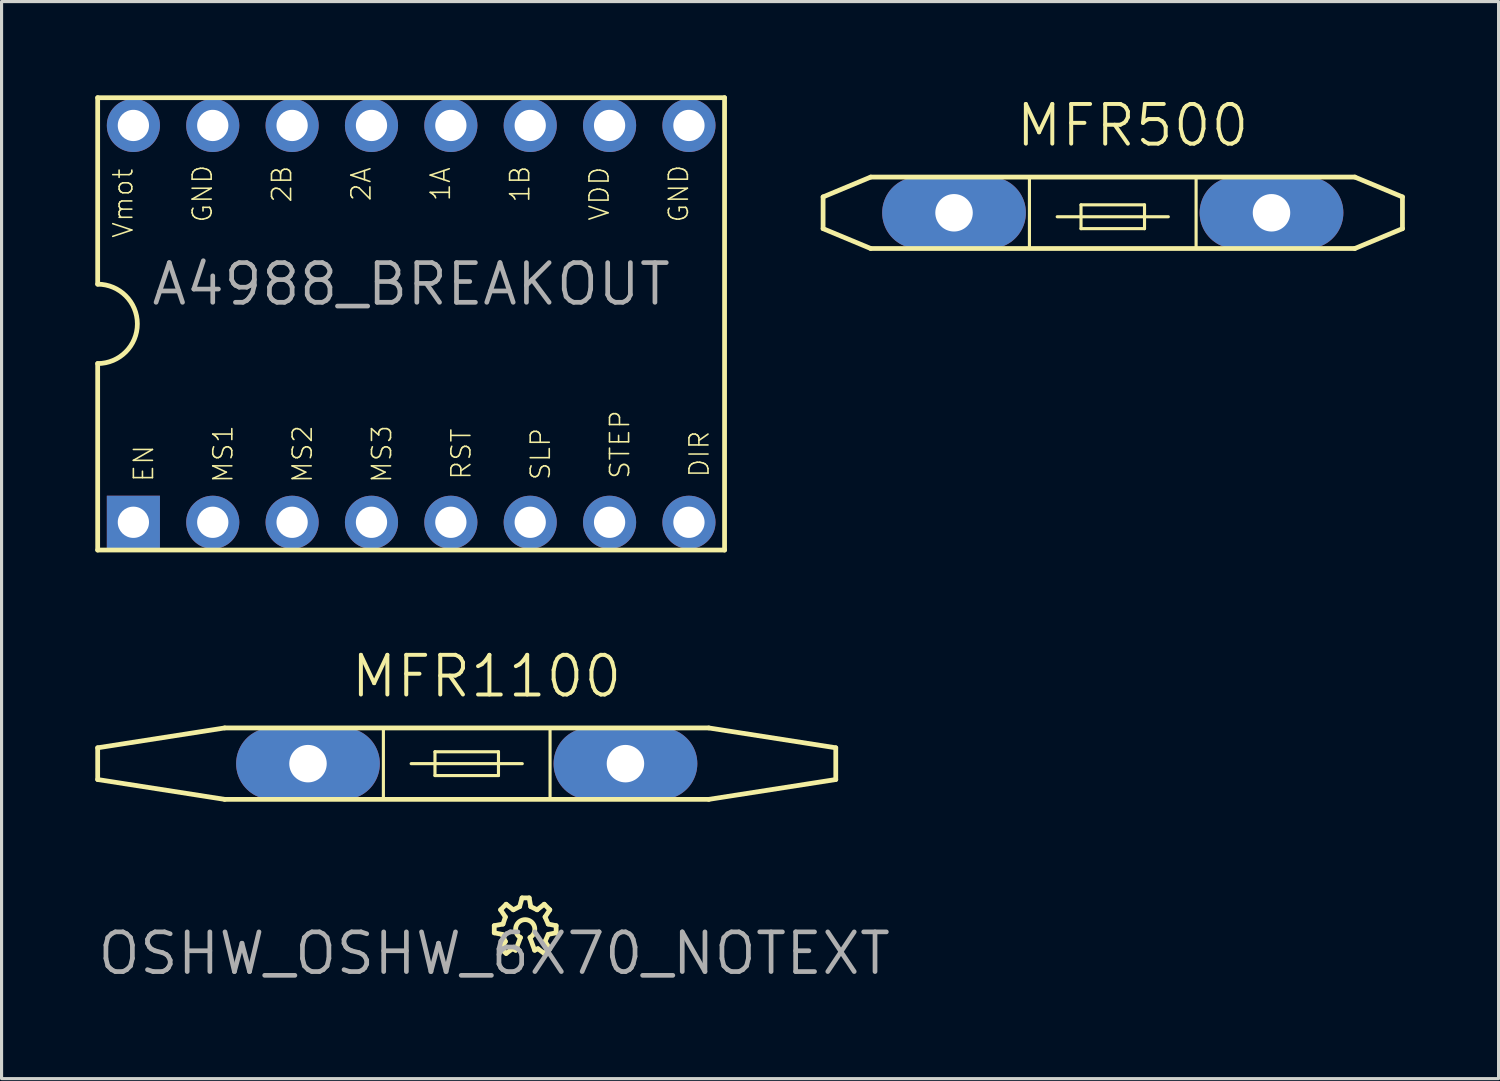
<source format=kicad_pcb>
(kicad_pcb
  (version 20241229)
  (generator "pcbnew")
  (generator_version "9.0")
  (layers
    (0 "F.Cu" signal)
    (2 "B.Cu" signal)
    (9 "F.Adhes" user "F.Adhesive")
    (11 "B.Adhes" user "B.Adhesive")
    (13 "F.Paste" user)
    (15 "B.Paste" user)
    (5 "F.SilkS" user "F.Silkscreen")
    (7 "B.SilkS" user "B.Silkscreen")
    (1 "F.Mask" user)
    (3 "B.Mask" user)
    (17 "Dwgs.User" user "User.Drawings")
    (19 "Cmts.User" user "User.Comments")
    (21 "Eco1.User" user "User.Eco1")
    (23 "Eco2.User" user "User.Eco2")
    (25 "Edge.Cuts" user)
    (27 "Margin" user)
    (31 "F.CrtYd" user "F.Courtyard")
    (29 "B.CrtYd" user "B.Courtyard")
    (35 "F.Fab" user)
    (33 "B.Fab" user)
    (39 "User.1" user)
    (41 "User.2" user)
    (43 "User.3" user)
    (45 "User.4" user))
  (footprint "MFR500"
    (layer "F.Cu")
    (at 32.563 3.76)
    (property "Reference" "MFR500" (at 0.635 -2.794 0) (layer "F.SilkS") (effects (font (size 1.27 1.27) (thickness 0.127))))
    (attr exclude_from_pos_files exclude_from_bom)
    (fp_line (start -9.271 -0.508) (end -9.271 0.508) (stroke (width 0.152) (type solid)) (layer "F.SilkS"))
    (fp_line (start -9.271 0.508) (end -7.747 1.143) (stroke (width 0.152) (type solid)) (layer "F.SilkS"))
    (fp_line (start -7.747 -1.143) (end -9.271 -0.508) (stroke (width 0.152) (type solid)) (layer "F.SilkS"))
    (fp_line (start -2.667 -1.143) (end -2.667 1.143) (stroke (width 0.1) (type solid)) (layer "F.SilkS"))
    (fp_line (start -1.778 0.127) (end 1.778 0.127) (stroke (width 0.1) (type solid)) (layer "F.SilkS"))
    (fp_line (start -1.016 -0.254) (end -1.016 0.508) (stroke (width 0.1) (type solid)) (layer "F.SilkS"))
    (fp_line (start -1.016 -0.254) (end 1.016 -0.254) (stroke (width 0.1) (type solid)) (layer "F.SilkS"))
    (fp_line (start -1.016 0.508) (end 1.016 0.508) (stroke (width 0.1) (type solid)) (layer "F.SilkS"))
    (fp_line (start 1.016 -0.254) (end 1.016 0.508) (stroke (width 0.1) (type solid)) (layer "F.SilkS"))
    (fp_line (start 2.667 -1.143) (end 2.667 1.143) (stroke (width 0.1) (type solid)) (layer "F.SilkS"))
    (fp_line (start 7.747 -1.143) (end -7.747 -1.143) (stroke (width 0.152) (type solid)) (layer "F.SilkS"))
    (fp_line (start 7.747 -1.143) (end 9.271 -0.508) (stroke (width 0.152) (type solid)) (layer "F.SilkS"))
    (fp_line (start 7.747 1.143) (end -7.747 1.143) (stroke (width 0.152) (type solid)) (layer "F.SilkS"))
    (fp_line (start 7.747 1.143) (end 9.271 0.508) (stroke (width 0.152) (type solid)) (layer "F.SilkS"))
    (fp_line (start 9.271 -0.508) (end 9.271 0.508) (stroke (width 0.152) (type solid)) (layer "F.SilkS"))
    (pad "1" thru_hole oval (at -5.08 0 270) (size 2.299 4.6) (drill 1.199) (layers "*.Cu" "*.Mask"))
    (pad "2" thru_hole oval (at 5.08 0 270) (size 2.299 4.6) (drill 1.199) (layers "*.Cu" "*.Mask")))
  (footprint "OSHW_OSHW_6X70_NOTEXT"
    (layer "F.Cu")
    (at 12.768 27.464)
    (property "Reference" "OSHW_OSHW_6X70_NOTEXT" (at 0 0 0) (layer "F.Fab") (effects (font (size 1.27 1.27) (thickness 0.15))))
    (attr exclude_from_pos_files exclude_from_bom)
    (fp_line (start 0 -0.889) (end 0.279 -0.94) (stroke (width 0.152) (type solid)) (layer "F.SilkS"))
    (fp_line (start 0 -0.66) (end 0 -0.889) (stroke (width 0.152) (type solid)) (layer "F.SilkS"))
    (fp_line (start 0.203 -1.397) (end 0.381 -1.575) (stroke (width 0.152) (type solid)) (layer "F.SilkS"))
    (fp_line (start 0.203 -0.152) (end 0.356 -0.381) (stroke (width 0.152) (type solid)) (layer "F.SilkS"))
    (fp_line (start 0.254 -0.61) (end 0 -0.66) (stroke (width 0.152) (type solid)) (layer "F.SilkS"))
    (fp_line (start 0.279 -0.94) (end 0.356 -1.168) (stroke (width 0.152) (type solid)) (layer "F.SilkS"))
    (fp_line (start 0.356 -1.168) (end 0.203 -1.397) (stroke (width 0.152) (type solid)) (layer "F.SilkS"))
    (fp_line (start 0.356 -0.381) (end 0.254 -0.61) (stroke (width 0.152) (type solid)) (layer "F.SilkS"))
    (fp_line (start 0.381 -1.575) (end 0.61 -1.397) (stroke (width 0.152) (type solid)) (layer "F.SilkS"))
    (fp_line (start 0.381 0) (end 0.203 -0.152) (stroke (width 0.152) (type solid)) (layer "F.SilkS"))
    (fp_line (start 0.584 -0.152) (end 0.381 0) (stroke (width 0.152) (type solid)) (layer "F.SilkS"))
    (fp_line (start 0.61 -1.397) (end 0.813 -1.499) (stroke (width 0.152) (type solid)) (layer "F.SilkS"))
    (fp_line (start 0.686 -0.102) (end 0.584 -0.152) (stroke (width 0.152) (type solid)) (layer "F.SilkS"))
    (fp_line (start 0.813 -1.499) (end 0.889 -1.778) (stroke (width 0.152) (type solid)) (layer "F.SilkS"))
    (fp_line (start 0.838 -0.508) (end 0.686 -0.102) (stroke (width 0.152) (type solid)) (layer "F.SilkS"))
    (fp_line (start 0.889 -1.778) (end 1.118 -1.778) (stroke (width 0.152) (type solid)) (layer "F.SilkS"))
    (fp_line (start 1.118 -1.778) (end 1.168 -1.499) (stroke (width 0.152) (type solid)) (layer "F.SilkS"))
    (fp_line (start 1.168 -1.499) (end 1.372 -1.397) (stroke (width 0.152) (type solid)) (layer "F.SilkS"))
    (fp_line (start 1.293 -0.102) (end 1.143 -0.508) (stroke (width 0.152) (type solid)) (layer "F.SilkS"))
    (fp_line (start 1.372 -1.397) (end 1.6 -1.575) (stroke (width 0.152) (type solid)) (layer "F.SilkS"))
    (fp_line (start 1.397 -0.152) (end 1.293 -0.102) (stroke (width 0.152) (type solid)) (layer "F.SilkS"))
    (fp_line (start 1.6 -1.575) (end 1.778 -1.397) (stroke (width 0.152) (type solid)) (layer "F.SilkS"))
    (fp_line (start 1.6 0) (end 1.397 -0.152) (stroke (width 0.152) (type solid)) (layer "F.SilkS"))
    (fp_line (start 1.626 -1.168) (end 1.727 -0.94) (stroke (width 0.152) (type solid)) (layer "F.SilkS"))
    (fp_line (start 1.626 -0.381) (end 1.778 -0.152) (stroke (width 0.152) (type solid)) (layer "F.SilkS"))
    (fp_line (start 1.727 -0.94) (end 1.981 -0.889) (stroke (width 0.152) (type solid)) (layer "F.SilkS"))
    (fp_line (start 1.727 -0.61) (end 1.626 -0.381) (stroke (width 0.152) (type solid)) (layer "F.SilkS"))
    (fp_line (start 1.778 -1.397) (end 1.626 -1.168) (stroke (width 0.152) (type solid)) (layer "F.SilkS"))
    (fp_line (start 1.778 -0.152) (end 1.6 0) (stroke (width 0.152) (type solid)) (layer "F.SilkS"))
    (fp_line (start 1.981 -0.889) (end 1.981 -0.66) (stroke (width 0.152) (type solid)) (layer "F.SilkS"))
    (fp_line (start 1.981 -0.66) (end 1.727 -0.61) (stroke (width 0.152) (type solid)) (layer "F.SilkS"))
    (fp_arc (start 0.8382 -0.508) (mid 0.990572 -1.081872) (end 1.143048 -0.508027) (stroke (width 0.1524) (type solid)) (layer "F.SilkS")))
  (footprint "MFR1100"
    (layer "F.Cu")
    (at 11.887 21.39)
    (property "Reference" "MFR1100" (at 0.635 -2.794 0) (layer "F.SilkS") (effects (font (size 1.27 1.27) (thickness 0.127))))
    (attr exclude_from_pos_files exclude_from_bom)
    (fp_line (start -11.811 -0.508) (end -11.811 0.508) (stroke (width 0.152) (type solid)) (layer "F.SilkS"))
    (fp_line (start -11.811 0.508) (end -7.747 1.143) (stroke (width 0.152) (type solid)) (layer "F.SilkS"))
    (fp_line (start -7.747 -1.143) (end -11.811 -0.508) (stroke (width 0.152) (type solid)) (layer "F.SilkS"))
    (fp_line (start -2.667 -1.143) (end -2.667 1.143) (stroke (width 0.1) (type solid)) (layer "F.SilkS"))
    (fp_line (start -1.778 0) (end 1.778 0) (stroke (width 0.1) (type solid)) (layer "F.SilkS"))
    (fp_line (start -1.016 -0.381) (end -1.016 0.381) (stroke (width 0.1) (type solid)) (layer "F.SilkS"))
    (fp_line (start -1.016 -0.381) (end 1.016 -0.381) (stroke (width 0.1) (type solid)) (layer "F.SilkS"))
    (fp_line (start -1.016 0.381) (end 1.016 0.381) (stroke (width 0.1) (type solid)) (layer "F.SilkS"))
    (fp_line (start 1.016 -0.381) (end 1.016 0.381) (stroke (width 0.1) (type solid)) (layer "F.SilkS"))
    (fp_line (start 2.667 -1.143) (end 2.667 1.143) (stroke (width 0.1) (type solid)) (layer "F.SilkS"))
    (fp_line (start 7.747 -1.143) (end -7.747 -1.143) (stroke (width 0.152) (type solid)) (layer "F.SilkS"))
    (fp_line (start 7.747 -1.143) (end 11.811 -0.508) (stroke (width 0.152) (type solid)) (layer "F.SilkS"))
    (fp_line (start 7.747 1.143) (end -7.747 1.143) (stroke (width 0.152) (type solid)) (layer "F.SilkS"))
    (fp_line (start 7.747 1.143) (end 11.811 0.508) (stroke (width 0.152) (type solid)) (layer "F.SilkS"))
    (fp_line (start 11.811 -0.508) (end 11.811 0.508) (stroke (width 0.152) (type solid)) (layer "F.SilkS"))
    (pad "1" thru_hole oval (at -5.08 0 270) (size 2.299 4.6) (drill 1.199) (layers "*.Cu" "*.Mask"))
    (pad "2" thru_hole oval (at 5.08 0 270) (size 2.299 4.6) (drill 1.199) (layers "*.Cu" "*.Mask")))
  (footprint "A4988_BREAKOUT"
    (layer "F.Cu")
    (at 2.489 2.235)
    (property "Reference" "A4988_BREAKOUT" (at 7.62 3.81 0) (layer "F.Fab") (effects (font (size 1.27 1.27) (thickness 0.15))))
    (attr through_hole)
    (fp_line (start -2.413 -2.159) (end -2.413 3.81) (stroke (width 0.152) (type solid)) (layer "F.SilkS"))
    (fp_line (start -2.413 -2.159) (end 17.65 -2.159) (stroke (width 0.152) (type solid)) (layer "F.SilkS"))
    (fp_line (start -2.413 6.35) (end -2.413 12.319) (stroke (width 0.152) (type solid)) (layer "F.SilkS"))
    (fp_line (start -2.413 12.319) (end 17.65 12.319) (stroke (width 0.152) (type solid)) (layer "F.SilkS"))
    (fp_line (start 17.65 12.319) (end 17.65 -2.159) (stroke (width 0.152) (type solid)) (layer "F.SilkS"))
    (fp_arc (start -2.413 3.81) (mid -1.143 5.08) (end -2.413 6.35) (stroke (width 0.1524) (type solid)) (layer "F.SilkS"))
    (fp_text user "SLP" (at 11.76 9.246 90) (layer "F.SilkS") (effects (font (size 0.61 0.61) (thickness 0.051))))
    (fp_text user "MS2" (at 4.14 9.246 90) (layer "F.SilkS") (effects (font (size 0.61 0.61) (thickness 0.051))))
    (fp_text user "MS3" (at 6.68 9.246 90) (layer "F.SilkS") (effects (font (size 0.61 0.61) (thickness 0.051))))
    (fp_text user "VDD" (at 13.64 0.914 270) (layer "F.SilkS") (effects (font (size 0.61 0.61) (thickness 0.051))))
    (fp_text user "GND" (at 16.18 0.914 270) (layer "F.SilkS") (effects (font (size 0.61 0.61) (thickness 0.051))))
    (fp_text user "MS1" (at 1.6 9.246 90) (layer "F.SilkS") (effects (font (size 0.61 0.61) (thickness 0.051))))
    (fp_text user "1A" (at 8.56 0.61 270) (layer "F.SilkS") (effects (font (size 0.61 0.61) (thickness 0.051))))
    (fp_text user "1B" (at 11.1 0.61 270) (layer "F.SilkS") (effects (font (size 0.61 0.61) (thickness 0.051))))
    (fp_text user "GND" (at 0.94 0.914 270) (layer "F.SilkS") (effects (font (size 0.61 0.61) (thickness 0.051))))
    (fp_text user "DIR" (at 16.84 9.246 90) (layer "F.SilkS") (effects (font (size 0.61 0.61) (thickness 0.051))))
    (fp_text user "2B" (at 3.48 0.61 270) (layer "F.SilkS") (effects (font (size 0.61 0.61) (thickness 0.051))))
    (fp_text user "EN" (at -0.94 9.55 90) (layer "F.SilkS") (effects (font (size 0.61 0.61) (thickness 0.051))))
    (fp_text user "RST" (at 9.22 9.246 90) (layer "F.SilkS") (effects (font (size 0.61 0.61) (thickness 0.051))))
    (fp_text user "Vmot" (at -1.6 1.219 270) (layer "F.SilkS") (effects (font (size 0.61 0.61) (thickness 0.051))))
    (fp_text user "2A" (at 6.02 0.61 270) (layer "F.SilkS") (effects (font (size 0.61 0.61) (thickness 0.051))))
    (fp_text user "STEP" (at 14.298 8.941 90) (layer "F.SilkS") (effects (font (size 0.61 0.61) (thickness 0.051))))
    (pad "1A" thru_hole circle (at 8.89 -1.27) (size 1.7 1.7) (drill 1) (layers "*.Cu" "*.Mask"))
    (pad "1B" thru_hole circle (at 11.43 -1.27) (size 1.7 1.7) (drill 1) (layers "*.Cu" "*.Mask"))
    (pad "2A" thru_hole circle (at 6.35 -1.27) (size 1.7 1.7) (drill 1) (layers "*.Cu" "*.Mask"))
    (pad "2B" thru_hole circle (at 3.81 -1.27) (size 1.7 1.7) (drill 1) (layers "*.Cu" "*.Mask"))
    (pad "DIR" thru_hole circle (at 16.51 11.43) (size 1.7 1.7) (drill 1) (layers "*.Cu" "*.Mask"))
    (pad "EN" thru_hole rect (at -1.27 11.43) (size 1.7 1.7) (drill 1) (layers "*.Cu" "*.Mask"))
    (pad "GND" thru_hole circle (at 16.51 -1.27) (size 1.7 1.7) (drill 1) (layers "*.Cu" "*.Mask"))
    (pad "GND@0" thru_hole circle (at 1.27 -1.27) (size 1.7 1.7) (drill 1) (layers "*.Cu" "*.Mask"))
    (pad "MS1" thru_hole circle (at 1.27 11.43) (size 1.7 1.7) (drill 1) (layers "*.Cu" "*.Mask"))
    (pad "MS2" thru_hole circle (at 3.81 11.43) (size 1.7 1.7) (drill 1) (layers "*.Cu" "*.Mask"))
    (pad "MS3" thru_hole circle (at 6.35 11.43) (size 1.7 1.7) (drill 1) (layers "*.Cu" "*.Mask"))
    (pad "RST" thru_hole circle (at 8.89 11.43) (size 1.7 1.7) (drill 1) (layers "*.Cu" "*.Mask"))
    (pad "SLP" thru_hole circle (at 11.43 11.43) (size 1.7 1.7) (drill 1) (layers "*.Cu" "*.Mask"))
    (pad "STEP" thru_hole circle (at 13.97 11.43) (size 1.7 1.7) (drill 1) (layers "*.Cu" "*.Mask"))
    (pad "VDD" thru_hole circle (at 13.97 -1.27) (size 1.7 1.7) (drill 1) (layers "*.Cu" "*.Mask"))
    (pad "VMOT" thru_hole circle (at -1.27 -1.27) (size 1.7 1.7) (drill 1) (layers "*.Cu" "*.Mask")))
  (gr_rect
    (start -3 -3)
    (end 44.91 31.47)
    (stroke (width 0.1) (type default))
    (fill no)
    (layer "Edge.Cuts")))
</source>
